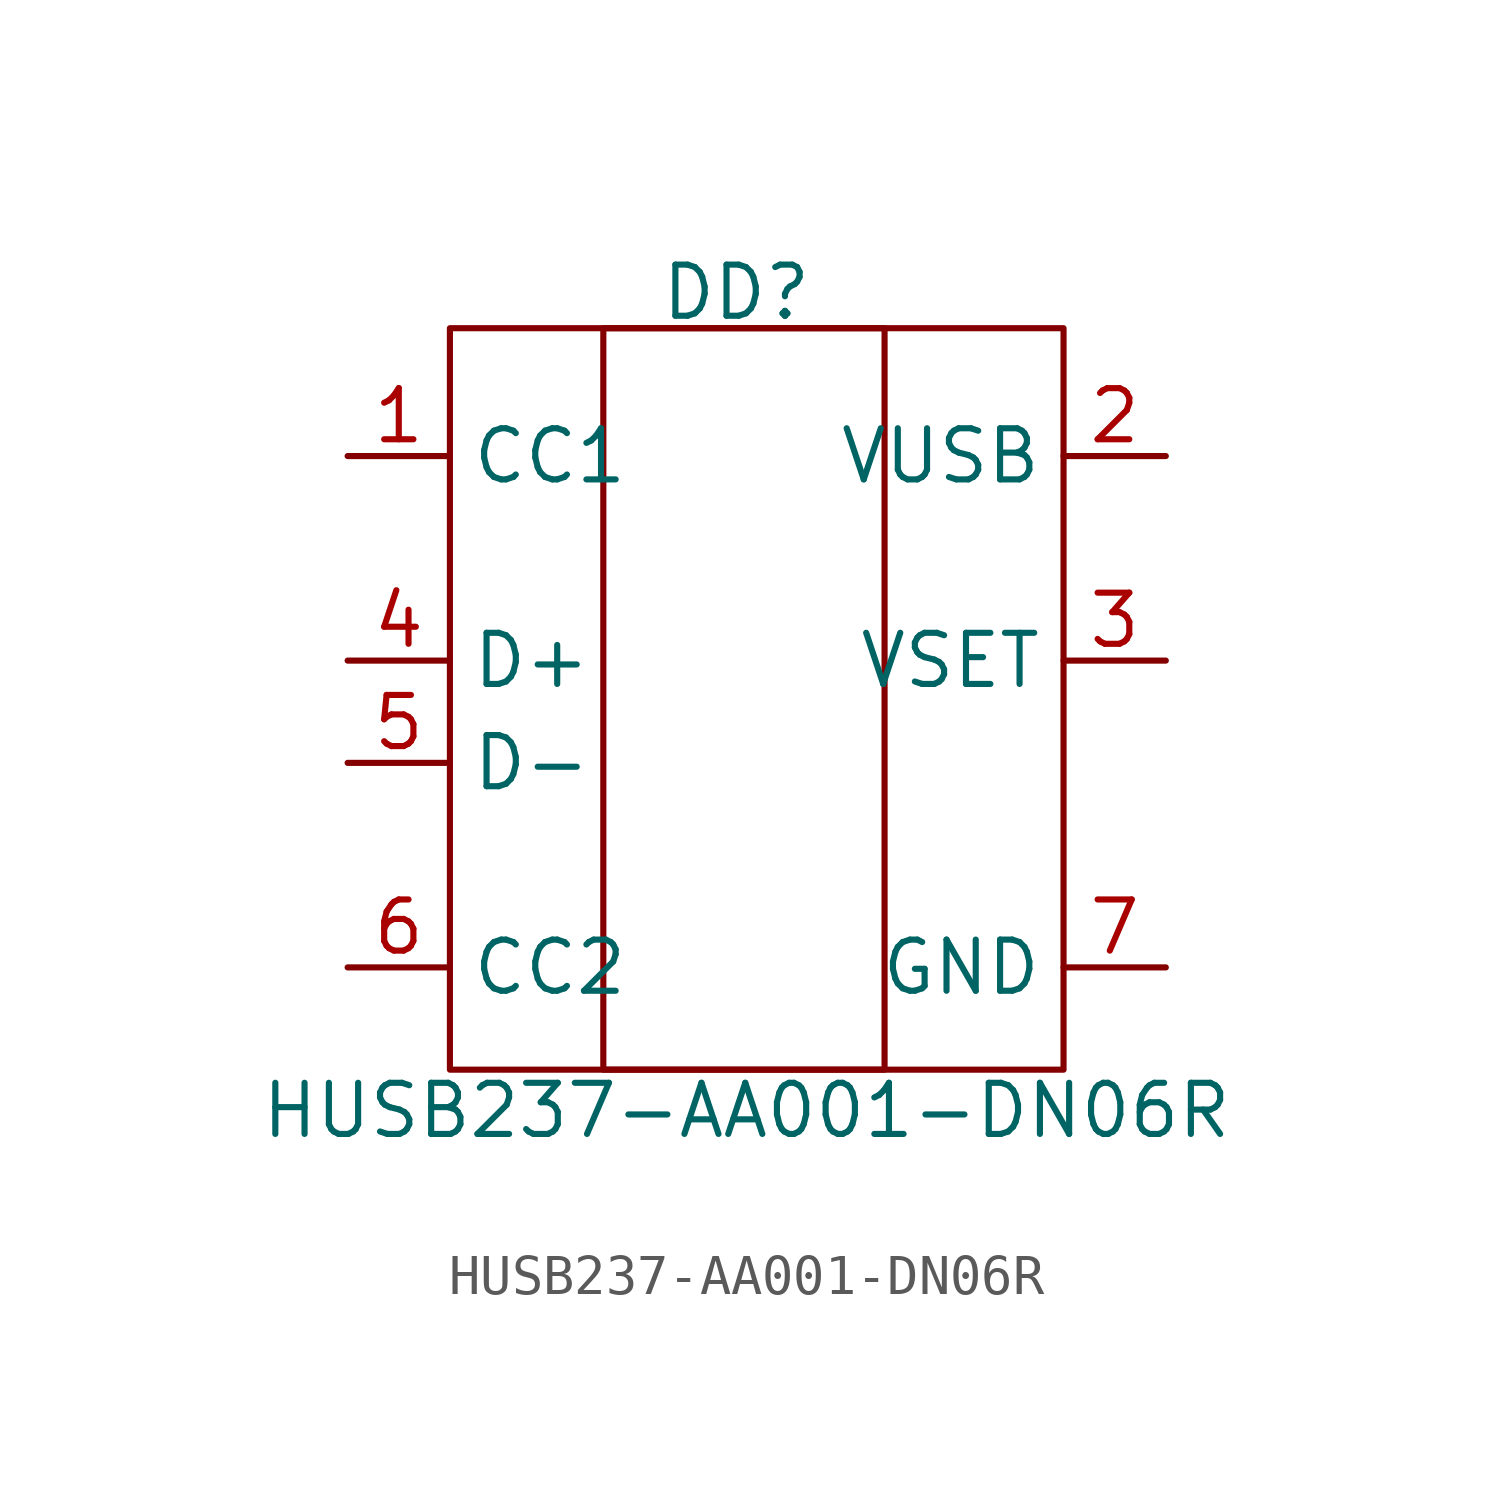
<source format=kicad_sym>
(kicad_symbol_lib
  (version 20241209)
  (generator "kicad_symbol_editor")
  (generator_version "9.0")
  (symbol "HUSB237-AA001-DN06R"
    (property "Reference" "DD"
      (at -0.508 14.224 0)
      (effects (font (size 1.27 1.27))))
    (property "Value" "HUSB237-AA001-DN06R"
      (at -0.254 -6.096 0)
      (effects (font (size 1.27 1.27))))
    (symbol "HUSB237-AA001-DN06R_1_0"
      (rectangle (start -7.62 13.335) (end 7.62 -5.08) (stroke (width 0) (type default)) (fill (type none)))
      (rectangle (start -3.81 13.335) (end 3.175 -5.08) (stroke (width 0) (type default)) (fill (type none)))
      (pin unspecified line (at -10.16 10.16 0) (length 2.54) (name "CC1" (effects (font (size 1.27 1.27)))) (number "1" (effects (font (size 1.27 1.27)))))
      (pin unspecified line (at -10.16 5.08 0) (length 2.54) (name "D+" (effects (font (size 1.27 1.27)))) (number "4" (effects (font (size 1.27 1.27)))))
      (pin unspecified line (at -10.16 2.54 0) (length 2.54) (name "D-" (effects (font (size 1.27 1.27)))) (number "5" (effects (font (size 1.27 1.27)))))
      (pin unspecified line (at -10.16 -2.54 0) (length 2.54) (name "CC2" (effects (font (size 1.27 1.27)))) (number "6" (effects (font (size 1.27 1.27)))))
      (pin unspecified line (at 10.16 10.16 180) (length 2.54) (name "VUSB" (effects (font (size 1.27 1.27)))) (number "2" (effects (font (size 1.27 1.27)))))
      (pin unspecified line (at 10.16 5.08 180) (length 2.54) (name "VSET" (effects (font (size 1.27 1.27)))) (number "3" (effects (font (size 1.27 1.27)))))
      (pin unspecified line (at 10.16 -2.54 180) (length 2.54) (name "GND" (effects (font (size 1.27 1.27)))) (number "7" (effects (font (size 1.27 1.27))))))))
</source>
